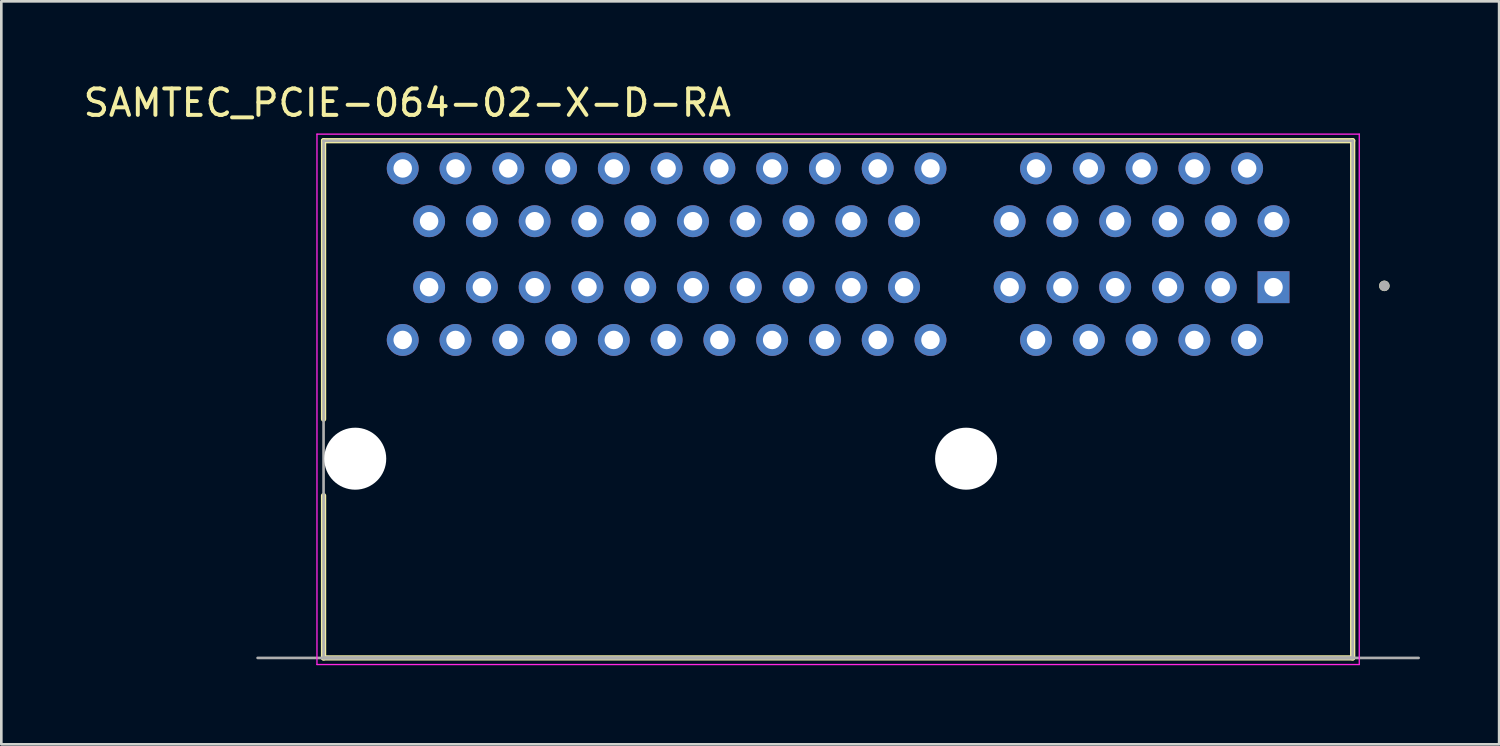
<source format=kicad_pcb>
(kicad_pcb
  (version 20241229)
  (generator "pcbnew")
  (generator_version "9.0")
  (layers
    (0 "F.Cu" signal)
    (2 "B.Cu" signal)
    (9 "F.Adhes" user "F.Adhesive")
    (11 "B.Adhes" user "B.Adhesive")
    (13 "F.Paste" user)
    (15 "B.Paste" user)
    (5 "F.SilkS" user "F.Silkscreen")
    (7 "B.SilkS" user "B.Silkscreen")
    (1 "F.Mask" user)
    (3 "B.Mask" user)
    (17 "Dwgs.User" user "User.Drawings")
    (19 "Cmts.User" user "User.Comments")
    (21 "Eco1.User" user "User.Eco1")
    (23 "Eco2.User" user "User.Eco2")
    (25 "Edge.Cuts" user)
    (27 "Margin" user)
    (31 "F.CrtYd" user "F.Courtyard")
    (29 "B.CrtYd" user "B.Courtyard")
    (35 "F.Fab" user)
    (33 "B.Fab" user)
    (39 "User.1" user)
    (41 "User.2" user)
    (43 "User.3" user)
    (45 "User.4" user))
  (footprint "SAMTEC_PCIE-064-02-X-D-RA"
    (layer "F.Cu")
    (at 28.712 12.083)
    (property "Reference" "SAMTEC_PCIE-064-02-X-D-RA" (at -16.325 -11.235 0) (layer "F.SilkS") (effects (font (size 1 1) (thickness 0.15))))
    (attr through_hole)
    (fp_line (start -19.5 -9.8) (end 19.5 -9.8) (stroke (width 0.2) (type solid)) (layer "F.SilkS"))
    (fp_line (start -19.5 0.75) (end -19.5 -9.8) (stroke (width 0.2) (type solid)) (layer "F.SilkS"))
    (fp_line (start -19.5 9.8) (end -19.5 3.65) (stroke (width 0.2) (type solid)) (layer "F.SilkS"))
    (fp_line (start 19.5 -9.8) (end 19.5 9.8) (stroke (width 0.2) (type solid)) (layer "F.SilkS"))
    (fp_line (start 19.5 9.8) (end -19.5 9.8) (stroke (width 0.2) (type solid)) (layer "F.SilkS"))
    (fp_circle (center 20.7 -4.3) (end 20.8 -4.3) (stroke (width 0.2) (type solid)) (fill no) (layer "F.SilkS"))
    (fp_line (start -19.75 -10.05) (end 19.75 -10.05) (stroke (width 0.05) (type solid)) (layer "F.CrtYd"))
    (fp_line (start -19.75 10.05) (end -19.75 -10.05) (stroke (width 0.05) (type solid)) (layer "F.CrtYd"))
    (fp_line (start 19.75 -10.05) (end 19.75 10.05) (stroke (width 0.05) (type solid)) (layer "F.CrtYd"))
    (fp_line (start 19.75 10.05) (end -19.75 10.05) (stroke (width 0.05) (type solid)) (layer "F.CrtYd"))
    (fp_line (start -22 9.8) (end 22 9.8) (stroke (width 0.1) (type solid)) (layer "F.Fab"))
    (fp_line (start -19.5 -9.8) (end 19.5 -9.8) (stroke (width 0.1) (type solid)) (layer "F.Fab"))
    (fp_line (start -19.5 9.8) (end -19.5 -9.8) (stroke (width 0.1) (type solid)) (layer "F.Fab"))
    (fp_line (start 19.5 -9.8) (end 19.5 9.8) (stroke (width 0.1) (type solid)) (layer "F.Fab"))
    (fp_line (start 19.5 9.8) (end -19.5 9.8) (stroke (width 0.127) (type solid)) (layer "F.Fab"))
    (fp_circle (center 20.7 -4.3) (end 20.8 -4.3) (stroke (width 0.2) (type solid)) (fill no) (layer "F.Fab"))
    (pad "" np_thru_hole circle (at -18.3 2.25) (size 2.35 2.35) (drill 2.35) (layers "*.Cu" "*.Mask"))
    (pad "" np_thru_hole circle (at 4.85 2.25) (size 2.35 2.35) (drill 2.35) (layers "*.Cu" "*.Mask"))
    (pad "A01" thru_hole rect (at 16.5 -4.25) (size 1.208 1.208) (drill 0.7) (layers "*.Cu" "*.Mask"))
    (pad "A02" thru_hole circle (at 15.5 -2.25) (size 1.208 1.208) (drill 0.7) (layers "*.Cu" "*.Mask"))
    (pad "A03" thru_hole circle (at 14.5 -4.25) (size 1.208 1.208) (drill 0.7) (layers "*.Cu" "*.Mask"))
    (pad "A04" thru_hole circle (at 13.5 -2.25) (size 1.208 1.208) (drill 0.7) (layers "*.Cu" "*.Mask"))
    (pad "A05" thru_hole circle (at 12.5 -4.25) (size 1.208 1.208) (drill 0.7) (layers "*.Cu" "*.Mask"))
    (pad "A06" thru_hole circle (at 11.5 -2.25) (size 1.208 1.208) (drill 0.7) (layers "*.Cu" "*.Mask"))
    (pad "A07" thru_hole circle (at 10.5 -4.25) (size 1.208 1.208) (drill 0.7) (layers "*.Cu" "*.Mask"))
    (pad "A08" thru_hole circle (at 9.5 -2.25) (size 1.208 1.208) (drill 0.7) (layers "*.Cu" "*.Mask"))
    (pad "A09" thru_hole circle (at 8.5 -4.25) (size 1.208 1.208) (drill 0.7) (layers "*.Cu" "*.Mask"))
    (pad "A10" thru_hole circle (at 7.5 -2.25) (size 1.208 1.208) (drill 0.7) (layers "*.Cu" "*.Mask"))
    (pad "A11" thru_hole circle (at 6.5 -4.25) (size 1.208 1.208) (drill 0.7) (layers "*.Cu" "*.Mask"))
    (pad "A12" thru_hole circle (at 3.5 -2.25) (size 1.208 1.208) (drill 0.7) (layers "*.Cu" "*.Mask"))
    (pad "A13" thru_hole circle (at 2.5 -4.25) (size 1.208 1.208) (drill 0.7) (layers "*.Cu" "*.Mask"))
    (pad "A14" thru_hole circle (at 1.5 -2.25) (size 1.208 1.208) (drill 0.7) (layers "*.Cu" "*.Mask"))
    (pad "A15" thru_hole circle (at 0.5 -4.25) (size 1.208 1.208) (drill 0.7) (layers "*.Cu" "*.Mask"))
    (pad "A16" thru_hole circle (at -0.5 -2.25) (size 1.208 1.208) (drill 0.7) (layers "*.Cu" "*.Mask"))
    (pad "A17" thru_hole circle (at -1.5 -4.25) (size 1.208 1.208) (drill 0.7) (layers "*.Cu" "*.Mask"))
    (pad "A18" thru_hole circle (at -2.5 -2.25) (size 1.208 1.208) (drill 0.7) (layers "*.Cu" "*.Mask"))
    (pad "A19" thru_hole circle (at -3.5 -4.25) (size 1.208 1.208) (drill 0.7) (layers "*.Cu" "*.Mask"))
    (pad "A20" thru_hole circle (at -4.5 -2.25) (size 1.208 1.208) (drill 0.7) (layers "*.Cu" "*.Mask"))
    (pad "A21" thru_hole circle (at -5.5 -4.25) (size 1.208 1.208) (drill 0.7) (layers "*.Cu" "*.Mask"))
    (pad "A22" thru_hole circle (at -6.5 -2.25) (size 1.208 1.208) (drill 0.7) (layers "*.Cu" "*.Mask"))
    (pad "A23" thru_hole circle (at -7.5 -4.25) (size 1.208 1.208) (drill 0.7) (layers "*.Cu" "*.Mask"))
    (pad "A24" thru_hole circle (at -8.5 -2.25) (size 1.208 1.208) (drill 0.7) (layers "*.Cu" "*.Mask"))
    (pad "A25" thru_hole circle (at -9.5 -4.25) (size 1.208 1.208) (drill 0.7) (layers "*.Cu" "*.Mask"))
    (pad "A26" thru_hole circle (at -10.5 -2.25) (size 1.208 1.208) (drill 0.7) (layers "*.Cu" "*.Mask"))
    (pad "A27" thru_hole circle (at -11.5 -4.25) (size 1.208 1.208) (drill 0.7) (layers "*.Cu" "*.Mask"))
    (pad "A28" thru_hole circle (at -12.5 -2.25) (size 1.208 1.208) (drill 0.7) (layers "*.Cu" "*.Mask"))
    (pad "A29" thru_hole circle (at -13.5 -4.25) (size 1.208 1.208) (drill 0.7) (layers "*.Cu" "*.Mask"))
    (pad "A30" thru_hole circle (at -14.5 -2.25) (size 1.208 1.208) (drill 0.7) (layers "*.Cu" "*.Mask"))
    (pad "A31" thru_hole circle (at -15.5 -4.25) (size 1.208 1.208) (drill 0.7) (layers "*.Cu" "*.Mask"))
    (pad "A32" thru_hole circle (at -16.5 -2.25) (size 1.208 1.208) (drill 0.7) (layers "*.Cu" "*.Mask"))
    (pad "B01" thru_hole circle (at 16.5 -6.75) (size 1.208 1.208) (drill 0.7) (layers "*.Cu" "*.Mask"))
    (pad "B02" thru_hole circle (at 15.5 -8.75) (size 1.208 1.208) (drill 0.7) (layers "*.Cu" "*.Mask"))
    (pad "B03" thru_hole circle (at 14.5 -6.75) (size 1.208 1.208) (drill 0.7) (layers "*.Cu" "*.Mask"))
    (pad "B04" thru_hole circle (at 13.5 -8.75) (size 1.208 1.208) (drill 0.7) (layers "*.Cu" "*.Mask"))
    (pad "B05" thru_hole circle (at 12.5 -6.75) (size 1.208 1.208) (drill 0.7) (layers "*.Cu" "*.Mask"))
    (pad "B06" thru_hole circle (at 11.5 -8.75) (size 1.208 1.208) (drill 0.7) (layers "*.Cu" "*.Mask"))
    (pad "B07" thru_hole circle (at 10.5 -6.75) (size 1.208 1.208) (drill 0.7) (layers "*.Cu" "*.Mask"))
    (pad "B08" thru_hole circle (at 9.5 -8.75) (size 1.208 1.208) (drill 0.7) (layers "*.Cu" "*.Mask"))
    (pad "B09" thru_hole circle (at 8.5 -6.75) (size 1.208 1.208) (drill 0.7) (layers "*.Cu" "*.Mask"))
    (pad "B10" thru_hole circle (at 7.5 -8.75) (size 1.208 1.208) (drill 0.7) (layers "*.Cu" "*.Mask"))
    (pad "B11" thru_hole circle (at 6.5 -6.75) (size 1.208 1.208) (drill 0.7) (layers "*.Cu" "*.Mask"))
    (pad "B12" thru_hole circle (at 3.5 -8.75) (size 1.208 1.208) (drill 0.7) (layers "*.Cu" "*.Mask"))
    (pad "B13" thru_hole circle (at 2.5 -6.75) (size 1.208 1.208) (drill 0.7) (layers "*.Cu" "*.Mask"))
    (pad "B14" thru_hole circle (at 1.5 -8.75) (size 1.208 1.208) (drill 0.7) (layers "*.Cu" "*.Mask"))
    (pad "B15" thru_hole circle (at 0.5 -6.75) (size 1.208 1.208) (drill 0.7) (layers "*.Cu" "*.Mask"))
    (pad "B16" thru_hole circle (at -0.5 -8.75) (size 1.208 1.208) (drill 0.7) (layers "*.Cu" "*.Mask"))
    (pad "B17" thru_hole circle (at -1.5 -6.75) (size 1.208 1.208) (drill 0.7) (layers "*.Cu" "*.Mask"))
    (pad "B18" thru_hole circle (at -2.5 -8.75) (size 1.208 1.208) (drill 0.7) (layers "*.Cu" "*.Mask"))
    (pad "B19" thru_hole circle (at -3.5 -6.75) (size 1.208 1.208) (drill 0.7) (layers "*.Cu" "*.Mask"))
    (pad "B20" thru_hole circle (at -4.5 -8.75) (size 1.208 1.208) (drill 0.7) (layers "*.Cu" "*.Mask"))
    (pad "B21" thru_hole circle (at -5.5 -6.75) (size 1.208 1.208) (drill 0.7) (layers "*.Cu" "*.Mask"))
    (pad "B22" thru_hole circle (at -6.5 -8.75) (size 1.208 1.208) (drill 0.7) (layers "*.Cu" "*.Mask"))
    (pad "B23" thru_hole circle (at -7.5 -6.75) (size 1.208 1.208) (drill 0.7) (layers "*.Cu" "*.Mask"))
    (pad "B24" thru_hole circle (at -8.5 -8.75) (size 1.208 1.208) (drill 0.7) (layers "*.Cu" "*.Mask"))
    (pad "B25" thru_hole circle (at -9.5 -6.75) (size 1.208 1.208) (drill 0.7) (layers "*.Cu" "*.Mask"))
    (pad "B26" thru_hole circle (at -10.5 -8.75) (size 1.208 1.208) (drill 0.7) (layers "*.Cu" "*.Mask"))
    (pad "B27" thru_hole circle (at -11.5 -6.75) (size 1.208 1.208) (drill 0.7) (layers "*.Cu" "*.Mask"))
    (pad "B28" thru_hole circle (at -12.5 -8.75) (size 1.208 1.208) (drill 0.7) (layers "*.Cu" "*.Mask"))
    (pad "B29" thru_hole circle (at -13.5 -6.75) (size 1.208 1.208) (drill 0.7) (layers "*.Cu" "*.Mask"))
    (pad "B30" thru_hole circle (at -14.5 -8.75) (size 1.208 1.208) (drill 0.7) (layers "*.Cu" "*.Mask"))
    (pad "B31" thru_hole circle (at -15.5 -6.75) (size 1.208 1.208) (drill 0.7) (layers "*.Cu" "*.Mask"))
    (pad "B32" thru_hole circle (at -16.5 -8.75) (size 1.208 1.208) (drill 0.7) (layers "*.Cu" "*.Mask")))
  (gr_rect
    (start -3 -3)
    (end 53.762 25.158)
    (stroke (width 0.1) (type default))
    (fill no)
    (layer "Edge.Cuts")))
</source>
